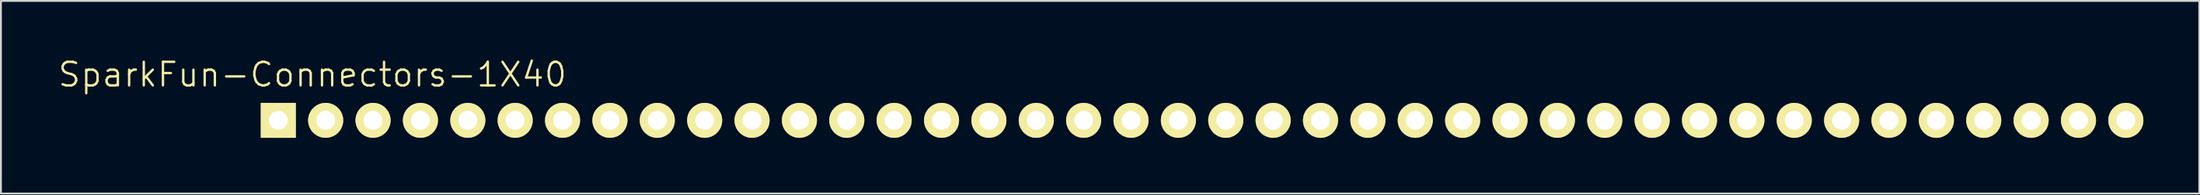
<source format=kicad_pcb>
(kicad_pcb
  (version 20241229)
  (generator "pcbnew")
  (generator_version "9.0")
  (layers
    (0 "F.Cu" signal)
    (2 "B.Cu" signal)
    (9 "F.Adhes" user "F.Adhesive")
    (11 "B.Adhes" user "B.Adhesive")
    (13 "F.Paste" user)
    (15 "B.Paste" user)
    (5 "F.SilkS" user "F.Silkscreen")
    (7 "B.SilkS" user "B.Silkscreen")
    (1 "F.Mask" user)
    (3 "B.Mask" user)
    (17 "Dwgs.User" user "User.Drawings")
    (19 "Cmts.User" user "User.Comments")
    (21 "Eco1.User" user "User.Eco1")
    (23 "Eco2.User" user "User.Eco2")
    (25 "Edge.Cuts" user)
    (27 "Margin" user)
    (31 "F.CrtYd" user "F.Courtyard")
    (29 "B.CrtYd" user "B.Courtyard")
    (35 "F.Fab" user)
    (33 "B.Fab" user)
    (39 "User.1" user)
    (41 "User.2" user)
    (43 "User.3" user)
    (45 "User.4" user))
  (footprint "SparkFun-Connectors-1X40"
    (layer "F.Cu")
    (at 61.402 3.43)
    (property "Reference" "SparkFun-Connectors-1X40" (at -47.701 -2.464 0) (layer "F.SilkS") (effects (font (size 1.27 1.27) (thickness 0.127))))
    (attr exclude_from_pos_files exclude_from_bom)
    (fp_line (start -49.784 -0.254) (end -49.276 -0.254) (stroke (width 0.066) (type solid)) (layer "F.SilkS"))
    (fp_line (start -49.784 0.254) (end -49.784 -0.254) (stroke (width 0.066) (type solid)) (layer "F.SilkS"))
    (fp_line (start -49.784 0.254) (end -49.276 0.254) (stroke (width 0.066) (type solid)) (layer "F.SilkS"))
    (fp_line (start -49.276 0.254) (end -49.276 -0.254) (stroke (width 0.066) (type solid)) (layer "F.SilkS"))
    (fp_line (start -47.244 -0.254) (end -46.736 -0.254) (stroke (width 0.066) (type solid)) (layer "F.SilkS"))
    (fp_line (start -47.244 0.254) (end -47.244 -0.254) (stroke (width 0.066) (type solid)) (layer "F.SilkS"))
    (fp_line (start -47.244 0.254) (end -46.736 0.254) (stroke (width 0.066) (type solid)) (layer "F.SilkS"))
    (fp_line (start -46.736 0.254) (end -46.736 -0.254) (stroke (width 0.066) (type solid)) (layer "F.SilkS"))
    (fp_line (start -44.704 -0.254) (end -44.196 -0.254) (stroke (width 0.066) (type solid)) (layer "F.SilkS"))
    (fp_line (start -44.704 0.254) (end -44.704 -0.254) (stroke (width 0.066) (type solid)) (layer "F.SilkS"))
    (fp_line (start -44.704 0.254) (end -44.196 0.254) (stroke (width 0.066) (type solid)) (layer "F.SilkS"))
    (fp_line (start -44.196 0.254) (end -44.196 -0.254) (stroke (width 0.066) (type solid)) (layer "F.SilkS"))
    (fp_line (start -42.164 -0.254) (end -41.656 -0.254) (stroke (width 0.066) (type solid)) (layer "F.SilkS"))
    (fp_line (start -42.164 0.254) (end -42.164 -0.254) (stroke (width 0.066) (type solid)) (layer "F.SilkS"))
    (fp_line (start -42.164 0.254) (end -41.656 0.254) (stroke (width 0.066) (type solid)) (layer "F.SilkS"))
    (fp_line (start -41.656 0.254) (end -41.656 -0.254) (stroke (width 0.066) (type solid)) (layer "F.SilkS"))
    (fp_line (start -39.624 -0.254) (end -39.116 -0.254) (stroke (width 0.066) (type solid)) (layer "F.SilkS"))
    (fp_line (start -39.624 0.254) (end -39.624 -0.254) (stroke (width 0.066) (type solid)) (layer "F.SilkS"))
    (fp_line (start -39.624 0.254) (end -39.116 0.254) (stroke (width 0.066) (type solid)) (layer "F.SilkS"))
    (fp_line (start -39.116 0.254) (end -39.116 -0.254) (stroke (width 0.066) (type solid)) (layer "F.SilkS"))
    (fp_line (start -37.084 -0.254) (end -36.576 -0.254) (stroke (width 0.066) (type solid)) (layer "F.SilkS"))
    (fp_line (start -37.084 0.254) (end -37.084 -0.254) (stroke (width 0.066) (type solid)) (layer "F.SilkS"))
    (fp_line (start -37.084 0.254) (end -36.576 0.254) (stroke (width 0.066) (type solid)) (layer "F.SilkS"))
    (fp_line (start -36.576 0.254) (end -36.576 -0.254) (stroke (width 0.066) (type solid)) (layer "F.SilkS"))
    (fp_line (start -34.544 -0.254) (end -34.036 -0.254) (stroke (width 0.066) (type solid)) (layer "F.SilkS"))
    (fp_line (start -34.544 0.254) (end -34.544 -0.254) (stroke (width 0.066) (type solid)) (layer "F.SilkS"))
    (fp_line (start -34.544 0.254) (end -34.036 0.254) (stroke (width 0.066) (type solid)) (layer "F.SilkS"))
    (fp_line (start -34.036 0.254) (end -34.036 -0.254) (stroke (width 0.066) (type solid)) (layer "F.SilkS"))
    (fp_line (start -32.004 -0.254) (end -31.496 -0.254) (stroke (width 0.066) (type solid)) (layer "F.SilkS"))
    (fp_line (start -32.004 0.254) (end -32.004 -0.254) (stroke (width 0.066) (type solid)) (layer "F.SilkS"))
    (fp_line (start -32.004 0.254) (end -31.496 0.254) (stroke (width 0.066) (type solid)) (layer "F.SilkS"))
    (fp_line (start -31.496 0.254) (end -31.496 -0.254) (stroke (width 0.066) (type solid)) (layer "F.SilkS"))
    (fp_line (start -29.464 -0.254) (end -28.953 -0.254) (stroke (width 0.066) (type solid)) (layer "F.SilkS"))
    (fp_line (start -29.464 0.254) (end -29.464 -0.254) (stroke (width 0.066) (type solid)) (layer "F.SilkS"))
    (fp_line (start -29.464 0.254) (end -28.953 0.254) (stroke (width 0.066) (type solid)) (layer "F.SilkS"))
    (fp_line (start -28.953 0.254) (end -28.953 -0.254) (stroke (width 0.066) (type solid)) (layer "F.SilkS"))
    (fp_line (start -26.924 -0.254) (end -26.416 -0.254) (stroke (width 0.066) (type solid)) (layer "F.SilkS"))
    (fp_line (start -26.924 0.254) (end -26.924 -0.254) (stroke (width 0.066) (type solid)) (layer "F.SilkS"))
    (fp_line (start -26.924 0.254) (end -26.416 0.254) (stroke (width 0.066) (type solid)) (layer "F.SilkS"))
    (fp_line (start -26.416 0.254) (end -26.416 -0.254) (stroke (width 0.066) (type solid)) (layer "F.SilkS"))
    (fp_line (start -24.384 -0.254) (end -23.876 -0.254) (stroke (width 0.066) (type solid)) (layer "F.SilkS"))
    (fp_line (start -24.384 0.254) (end -24.384 -0.254) (stroke (width 0.066) (type solid)) (layer "F.SilkS"))
    (fp_line (start -24.384 0.254) (end -23.876 0.254) (stroke (width 0.066) (type solid)) (layer "F.SilkS"))
    (fp_line (start -23.876 0.254) (end -23.876 -0.254) (stroke (width 0.066) (type solid)) (layer "F.SilkS"))
    (fp_line (start -21.844 -0.254) (end -21.336 -0.254) (stroke (width 0.066) (type solid)) (layer "F.SilkS"))
    (fp_line (start -21.844 0.254) (end -21.844 -0.254) (stroke (width 0.066) (type solid)) (layer "F.SilkS"))
    (fp_line (start -21.844 0.254) (end -21.336 0.254) (stroke (width 0.066) (type solid)) (layer "F.SilkS"))
    (fp_line (start -21.336 0.254) (end -21.336 -0.254) (stroke (width 0.066) (type solid)) (layer "F.SilkS"))
    (fp_line (start -19.304 -0.254) (end -18.796 -0.254) (stroke (width 0.066) (type solid)) (layer "F.SilkS"))
    (fp_line (start -19.304 0.254) (end -19.304 -0.254) (stroke (width 0.066) (type solid)) (layer "F.SilkS"))
    (fp_line (start -19.304 0.254) (end -18.796 0.254) (stroke (width 0.066) (type solid)) (layer "F.SilkS"))
    (fp_line (start -18.796 0.254) (end -18.796 -0.254) (stroke (width 0.066) (type solid)) (layer "F.SilkS"))
    (fp_line (start -16.764 -0.254) (end -16.256 -0.254) (stroke (width 0.066) (type solid)) (layer "F.SilkS"))
    (fp_line (start -16.764 0.254) (end -16.764 -0.254) (stroke (width 0.066) (type solid)) (layer "F.SilkS"))
    (fp_line (start -16.764 0.254) (end -16.256 0.254) (stroke (width 0.066) (type solid)) (layer "F.SilkS"))
    (fp_line (start -16.256 0.254) (end -16.256 -0.254) (stroke (width 0.066) (type solid)) (layer "F.SilkS"))
    (fp_line (start -14.224 -0.254) (end -13.716 -0.254) (stroke (width 0.066) (type solid)) (layer "F.SilkS"))
    (fp_line (start -14.224 0.254) (end -14.224 -0.254) (stroke (width 0.066) (type solid)) (layer "F.SilkS"))
    (fp_line (start -14.224 0.254) (end -13.716 0.254) (stroke (width 0.066) (type solid)) (layer "F.SilkS"))
    (fp_line (start -13.716 0.254) (end -13.716 -0.254) (stroke (width 0.066) (type solid)) (layer "F.SilkS"))
    (fp_line (start -11.684 -0.254) (end -11.176 -0.254) (stroke (width 0.066) (type solid)) (layer "F.SilkS"))
    (fp_line (start -11.684 0.254) (end -11.684 -0.254) (stroke (width 0.066) (type solid)) (layer "F.SilkS"))
    (fp_line (start -11.684 0.254) (end -11.176 0.254) (stroke (width 0.066) (type solid)) (layer "F.SilkS"))
    (fp_line (start -11.176 0.254) (end -11.176 -0.254) (stroke (width 0.066) (type solid)) (layer "F.SilkS"))
    (fp_line (start -9.144 -0.254) (end -8.636 -0.254) (stroke (width 0.066) (type solid)) (layer "F.SilkS"))
    (fp_line (start -9.144 0.254) (end -9.144 -0.254) (stroke (width 0.066) (type solid)) (layer "F.SilkS"))
    (fp_line (start -9.144 0.254) (end -8.636 0.254) (stroke (width 0.066) (type solid)) (layer "F.SilkS"))
    (fp_line (start -8.636 0.254) (end -8.636 -0.254) (stroke (width 0.066) (type solid)) (layer "F.SilkS"))
    (fp_line (start -6.604 -0.254) (end -6.096 -0.254) (stroke (width 0.066) (type solid)) (layer "F.SilkS"))
    (fp_line (start -6.604 0.254) (end -6.604 -0.254) (stroke (width 0.066) (type solid)) (layer "F.SilkS"))
    (fp_line (start -6.604 0.254) (end -6.096 0.254) (stroke (width 0.066) (type solid)) (layer "F.SilkS"))
    (fp_line (start -6.096 0.254) (end -6.096 -0.254) (stroke (width 0.066) (type solid)) (layer "F.SilkS"))
    (fp_line (start -4.064 -0.254) (end -3.556 -0.254) (stroke (width 0.066) (type solid)) (layer "F.SilkS"))
    (fp_line (start -4.064 0.254) (end -4.064 -0.254) (stroke (width 0.066) (type solid)) (layer "F.SilkS"))
    (fp_line (start -4.064 0.254) (end -3.556 0.254) (stroke (width 0.066) (type solid)) (layer "F.SilkS"))
    (fp_line (start -3.556 0.254) (end -3.556 -0.254) (stroke (width 0.066) (type solid)) (layer "F.SilkS"))
    (fp_line (start -1.524 -0.254) (end -1.016 -0.254) (stroke (width 0.066) (type solid)) (layer "F.SilkS"))
    (fp_line (start -1.524 0.254) (end -1.524 -0.254) (stroke (width 0.066) (type solid)) (layer "F.SilkS"))
    (fp_line (start -1.524 0.254) (end -1.016 0.254) (stroke (width 0.066) (type solid)) (layer "F.SilkS"))
    (fp_line (start -1.016 0.254) (end -1.016 -0.254) (stroke (width 0.066) (type solid)) (layer "F.SilkS"))
    (fp_line (start 1.016 -0.254) (end 1.524 -0.254) (stroke (width 0.066) (type solid)) (layer "F.SilkS"))
    (fp_line (start 1.016 0.254) (end 1.016 -0.254) (stroke (width 0.066) (type solid)) (layer "F.SilkS"))
    (fp_line (start 1.016 0.254) (end 1.524 0.254) (stroke (width 0.066) (type solid)) (layer "F.SilkS"))
    (fp_line (start 1.524 0.254) (end 1.524 -0.254) (stroke (width 0.066) (type solid)) (layer "F.SilkS"))
    (fp_line (start 3.556 -0.254) (end 4.064 -0.254) (stroke (width 0.066) (type solid)) (layer "F.SilkS"))
    (fp_line (start 3.556 0.254) (end 3.556 -0.254) (stroke (width 0.066) (type solid)) (layer "F.SilkS"))
    (fp_line (start 3.556 0.254) (end 4.064 0.254) (stroke (width 0.066) (type solid)) (layer "F.SilkS"))
    (fp_line (start 4.064 0.254) (end 4.064 -0.254) (stroke (width 0.066) (type solid)) (layer "F.SilkS"))
    (fp_line (start 6.096 -0.254) (end 6.604 -0.254) (stroke (width 0.066) (type solid)) (layer "F.SilkS"))
    (fp_line (start 6.096 0.254) (end 6.096 -0.254) (stroke (width 0.066) (type solid)) (layer "F.SilkS"))
    (fp_line (start 6.096 0.254) (end 6.604 0.254) (stroke (width 0.066) (type solid)) (layer "F.SilkS"))
    (fp_line (start 6.604 0.254) (end 6.604 -0.254) (stroke (width 0.066) (type solid)) (layer "F.SilkS"))
    (fp_line (start 8.636 -0.254) (end 9.144 -0.254) (stroke (width 0.066) (type solid)) (layer "F.SilkS"))
    (fp_line (start 8.636 0.254) (end 8.636 -0.254) (stroke (width 0.066) (type solid)) (layer "F.SilkS"))
    (fp_line (start 8.636 0.254) (end 9.144 0.254) (stroke (width 0.066) (type solid)) (layer "F.SilkS"))
    (fp_line (start 9.144 0.254) (end 9.144 -0.254) (stroke (width 0.066) (type solid)) (layer "F.SilkS"))
    (fp_line (start 11.176 -0.254) (end 11.684 -0.254) (stroke (width 0.066) (type solid)) (layer "F.SilkS"))
    (fp_line (start 11.176 0.254) (end 11.176 -0.254) (stroke (width 0.066) (type solid)) (layer "F.SilkS"))
    (fp_line (start 11.176 0.254) (end 11.684 0.254) (stroke (width 0.066) (type solid)) (layer "F.SilkS"))
    (fp_line (start 11.684 0.254) (end 11.684 -0.254) (stroke (width 0.066) (type solid)) (layer "F.SilkS"))
    (fp_line (start 13.716 -0.254) (end 14.224 -0.254) (stroke (width 0.066) (type solid)) (layer "F.SilkS"))
    (fp_line (start 13.716 0.254) (end 13.716 -0.254) (stroke (width 0.066) (type solid)) (layer "F.SilkS"))
    (fp_line (start 13.716 0.254) (end 14.224 0.254) (stroke (width 0.066) (type solid)) (layer "F.SilkS"))
    (fp_line (start 14.224 0.254) (end 14.224 -0.254) (stroke (width 0.066) (type solid)) (layer "F.SilkS"))
    (fp_line (start 16.256 -0.254) (end 16.764 -0.254) (stroke (width 0.066) (type solid)) (layer "F.SilkS"))
    (fp_line (start 16.256 0.254) (end 16.256 -0.254) (stroke (width 0.066) (type solid)) (layer "F.SilkS"))
    (fp_line (start 16.256 0.254) (end 16.764 0.254) (stroke (width 0.066) (type solid)) (layer "F.SilkS"))
    (fp_line (start 16.764 0.254) (end 16.764 -0.254) (stroke (width 0.066) (type solid)) (layer "F.SilkS"))
    (fp_line (start 18.796 -0.254) (end 19.304 -0.254) (stroke (width 0.066) (type solid)) (layer "F.SilkS"))
    (fp_line (start 18.796 0.254) (end 18.796 -0.254) (stroke (width 0.066) (type solid)) (layer "F.SilkS"))
    (fp_line (start 18.796 0.254) (end 19.304 0.254) (stroke (width 0.066) (type solid)) (layer "F.SilkS"))
    (fp_line (start 19.304 0.254) (end 19.304 -0.254) (stroke (width 0.066) (type solid)) (layer "F.SilkS"))
    (fp_line (start 21.336 -0.254) (end 21.844 -0.254) (stroke (width 0.066) (type solid)) (layer "F.SilkS"))
    (fp_line (start 21.336 0.254) (end 21.336 -0.254) (stroke (width 0.066) (type solid)) (layer "F.SilkS"))
    (fp_line (start 21.336 0.254) (end 21.844 0.254) (stroke (width 0.066) (type solid)) (layer "F.SilkS"))
    (fp_line (start 21.844 0.254) (end 21.844 -0.254) (stroke (width 0.066) (type solid)) (layer "F.SilkS"))
    (fp_line (start 23.876 -0.254) (end 24.384 -0.254) (stroke (width 0.066) (type solid)) (layer "F.SilkS"))
    (fp_line (start 23.876 0.254) (end 23.876 -0.254) (stroke (width 0.066) (type solid)) (layer "F.SilkS"))
    (fp_line (start 23.876 0.254) (end 24.384 0.254) (stroke (width 0.066) (type solid)) (layer "F.SilkS"))
    (fp_line (start 24.384 0.254) (end 24.384 -0.254) (stroke (width 0.066) (type solid)) (layer "F.SilkS"))
    (fp_line (start 26.416 -0.254) (end 26.924 -0.254) (stroke (width 0.066) (type solid)) (layer "F.SilkS"))
    (fp_line (start 26.416 0.254) (end 26.416 -0.254) (stroke (width 0.066) (type solid)) (layer "F.SilkS"))
    (fp_line (start 26.416 0.254) (end 26.924 0.254) (stroke (width 0.066) (type solid)) (layer "F.SilkS"))
    (fp_line (start 26.924 0.254) (end 26.924 -0.254) (stroke (width 0.066) (type solid)) (layer "F.SilkS"))
    (fp_line (start 28.953 -0.254) (end 29.464 -0.254) (stroke (width 0.066) (type solid)) (layer "F.SilkS"))
    (fp_line (start 28.953 0.254) (end 28.953 -0.254) (stroke (width 0.066) (type solid)) (layer "F.SilkS"))
    (fp_line (start 28.953 0.254) (end 29.464 0.254) (stroke (width 0.066) (type solid)) (layer "F.SilkS"))
    (fp_line (start 29.464 0.254) (end 29.464 -0.254) (stroke (width 0.066) (type solid)) (layer "F.SilkS"))
    (fp_line (start 31.496 -0.254) (end 32.004 -0.254) (stroke (width 0.066) (type solid)) (layer "F.SilkS"))
    (fp_line (start 31.496 0.254) (end 31.496 -0.254) (stroke (width 0.066) (type solid)) (layer "F.SilkS"))
    (fp_line (start 31.496 0.254) (end 32.004 0.254) (stroke (width 0.066) (type solid)) (layer "F.SilkS"))
    (fp_line (start 32.004 0.254) (end 32.004 -0.254) (stroke (width 0.066) (type solid)) (layer "F.SilkS"))
    (fp_line (start 34.036 -0.254) (end 34.544 -0.254) (stroke (width 0.066) (type solid)) (layer "F.SilkS"))
    (fp_line (start 34.036 0.254) (end 34.036 -0.254) (stroke (width 0.066) (type solid)) (layer "F.SilkS"))
    (fp_line (start 34.036 0.254) (end 34.544 0.254) (stroke (width 0.066) (type solid)) (layer "F.SilkS"))
    (fp_line (start 34.544 0.254) (end 34.544 -0.254) (stroke (width 0.066) (type solid)) (layer "F.SilkS"))
    (fp_line (start 36.576 -0.254) (end 37.084 -0.254) (stroke (width 0.066) (type solid)) (layer "F.SilkS"))
    (fp_line (start 36.576 0.254) (end 36.576 -0.254) (stroke (width 0.066) (type solid)) (layer "F.SilkS"))
    (fp_line (start 36.576 0.254) (end 37.084 0.254) (stroke (width 0.066) (type solid)) (layer "F.SilkS"))
    (fp_line (start 37.084 0.254) (end 37.084 -0.254) (stroke (width 0.066) (type solid)) (layer "F.SilkS"))
    (fp_line (start 39.116 -0.254) (end 39.624 -0.254) (stroke (width 0.066) (type solid)) (layer "F.SilkS"))
    (fp_line (start 39.116 0.254) (end 39.116 -0.254) (stroke (width 0.066) (type solid)) (layer "F.SilkS"))
    (fp_line (start 39.116 0.254) (end 39.624 0.254) (stroke (width 0.066) (type solid)) (layer "F.SilkS"))
    (fp_line (start 39.624 0.254) (end 39.624 -0.254) (stroke (width 0.066) (type solid)) (layer "F.SilkS"))
    (fp_line (start 41.656 -0.254) (end 42.164 -0.254) (stroke (width 0.066) (type solid)) (layer "F.SilkS"))
    (fp_line (start 41.656 0.254) (end 41.656 -0.254) (stroke (width 0.066) (type solid)) (layer "F.SilkS"))
    (fp_line (start 41.656 0.254) (end 42.164 0.254) (stroke (width 0.066) (type solid)) (layer "F.SilkS"))
    (fp_line (start 42.164 0.254) (end 42.164 -0.254) (stroke (width 0.066) (type solid)) (layer "F.SilkS"))
    (fp_line (start 44.196 -0.254) (end 44.704 -0.254) (stroke (width 0.066) (type solid)) (layer "F.SilkS"))
    (fp_line (start 44.196 0.254) (end 44.196 -0.254) (stroke (width 0.066) (type solid)) (layer "F.SilkS"))
    (fp_line (start 44.196 0.254) (end 44.704 0.254) (stroke (width 0.066) (type solid)) (layer "F.SilkS"))
    (fp_line (start 44.704 0.254) (end 44.704 -0.254) (stroke (width 0.066) (type solid)) (layer "F.SilkS"))
    (fp_line (start 46.736 -0.254) (end 47.244 -0.254) (stroke (width 0.066) (type solid)) (layer "F.SilkS"))
    (fp_line (start 46.736 0.254) (end 46.736 -0.254) (stroke (width 0.066) (type solid)) (layer "F.SilkS"))
    (fp_line (start 46.736 0.254) (end 47.244 0.254) (stroke (width 0.066) (type solid)) (layer "F.SilkS"))
    (fp_line (start 47.244 0.254) (end 47.244 -0.254) (stroke (width 0.066) (type solid)) (layer "F.SilkS"))
    (fp_line (start 49.276 -0.254) (end 49.784 -0.254) (stroke (width 0.066) (type solid)) (layer "F.SilkS"))
    (fp_line (start 49.276 0.254) (end 49.276 -0.254) (stroke (width 0.066) (type solid)) (layer "F.SilkS"))
    (fp_line (start 49.276 0.254) (end 49.784 0.254) (stroke (width 0.066) (type solid)) (layer "F.SilkS"))
    (fp_line (start 49.784 0.254) (end 49.784 -0.254) (stroke (width 0.066) (type solid)) (layer "F.SilkS"))
    (pad "1" thru_hole rect (at -49.53 0) (size 1.88 1.88) (drill 1.016) (layers "*.Cu" "F.Mask" "F.SilkS" "F.Paste"))
    (pad "2" thru_hole circle (at -46.99 0) (size 1.88 1.88) (drill 1.016) (layers "*.Cu" "F.Mask" "F.SilkS" "F.Paste"))
    (pad "3" thru_hole circle (at -44.45 0) (size 1.88 1.88) (drill 1.016) (layers "*.Cu" "F.Mask" "F.SilkS" "F.Paste"))
    (pad "4" thru_hole circle (at -41.91 0) (size 1.88 1.88) (drill 1.016) (layers "*.Cu" "F.Mask" "F.SilkS" "F.Paste"))
    (pad "5" thru_hole circle (at -39.37 0) (size 1.88 1.88) (drill 1.016) (layers "*.Cu" "F.Mask" "F.SilkS" "F.Paste"))
    (pad "6" thru_hole circle (at -36.83 0) (size 1.88 1.88) (drill 1.016) (layers "*.Cu" "F.Mask" "F.SilkS" "F.Paste"))
    (pad "7" thru_hole circle (at -34.29 0) (size 1.88 1.88) (drill 1.016) (layers "*.Cu" "F.Mask" "F.SilkS" "F.Paste"))
    (pad "8" thru_hole circle (at -31.75 0) (size 1.88 1.88) (drill 1.016) (layers "*.Cu" "F.Mask" "F.SilkS" "F.Paste"))
    (pad "9" thru_hole circle (at -29.21 0) (size 1.88 1.88) (drill 1.016) (layers "*.Cu" "F.Mask" "F.SilkS" "F.Paste"))
    (pad "10" thru_hole circle (at -26.67 0) (size 1.88 1.88) (drill 1.016) (layers "*.Cu" "F.Mask" "F.SilkS" "F.Paste"))
    (pad "11" thru_hole circle (at -24.13 0) (size 1.88 1.88) (drill 1.016) (layers "*.Cu" "F.Mask" "F.SilkS" "F.Paste"))
    (pad "12" thru_hole circle (at -21.59 0) (size 1.88 1.88) (drill 1.016) (layers "*.Cu" "F.Mask" "F.SilkS" "F.Paste"))
    (pad "13" thru_hole circle (at -19.05 0) (size 1.88 1.88) (drill 1.016) (layers "*.Cu" "F.Mask" "F.SilkS" "F.Paste"))
    (pad "14" thru_hole circle (at -16.51 0) (size 1.88 1.88) (drill 1.016) (layers "*.Cu" "F.Mask" "F.SilkS" "F.Paste"))
    (pad "15" thru_hole circle (at -13.97 0) (size 1.88 1.88) (drill 1.016) (layers "*.Cu" "F.Mask" "F.SilkS" "F.Paste"))
    (pad "16" thru_hole circle (at -11.43 0) (size 1.88 1.88) (drill 1.016) (layers "*.Cu" "F.Mask" "F.SilkS" "F.Paste"))
    (pad "17" thru_hole circle (at -8.89 0) (size 1.88 1.88) (drill 1.016) (layers "*.Cu" "F.Mask" "F.SilkS" "F.Paste"))
    (pad "18" thru_hole circle (at -6.35 0) (size 1.88 1.88) (drill 1.016) (layers "*.Cu" "F.Mask" "F.SilkS" "F.Paste"))
    (pad "19" thru_hole circle (at -3.81 0) (size 1.88 1.88) (drill 1.016) (layers "*.Cu" "F.Mask" "F.SilkS" "F.Paste"))
    (pad "20" thru_hole circle (at -1.27 0) (size 1.88 1.88) (drill 1.016) (layers "*.Cu" "F.Mask" "F.SilkS" "F.Paste"))
    (pad "21" thru_hole circle (at 1.27 0) (size 1.88 1.88) (drill 1.016) (layers "*.Cu" "F.Mask" "F.SilkS" "F.Paste"))
    (pad "22" thru_hole circle (at 3.81 0) (size 1.88 1.88) (drill 1.016) (layers "*.Cu" "F.Mask" "F.SilkS" "F.Paste"))
    (pad "23" thru_hole circle (at 6.35 0) (size 1.88 1.88) (drill 1.016) (layers "*.Cu" "F.Mask" "F.SilkS" "F.Paste"))
    (pad "24" thru_hole circle (at 8.89 0) (size 1.88 1.88) (drill 1.016) (layers "*.Cu" "F.Mask" "F.SilkS" "F.Paste"))
    (pad "25" thru_hole circle (at 11.43 0) (size 1.88 1.88) (drill 1.016) (layers "*.Cu" "F.Mask" "F.SilkS" "F.Paste"))
    (pad "26" thru_hole circle (at 13.97 0) (size 1.88 1.88) (drill 1.016) (layers "*.Cu" "F.Mask" "F.SilkS" "F.Paste"))
    (pad "27" thru_hole circle (at 16.51 0) (size 1.88 1.88) (drill 1.016) (layers "*.Cu" "F.Mask" "F.SilkS" "F.Paste"))
    (pad "28" thru_hole circle (at 19.05 0) (size 1.88 1.88) (drill 1.016) (layers "*.Cu" "F.Mask" "F.SilkS" "F.Paste"))
    (pad "29" thru_hole circle (at 21.59 0) (size 1.88 1.88) (drill 1.016) (layers "*.Cu" "F.Mask" "F.SilkS" "F.Paste"))
    (pad "30" thru_hole circle (at 24.13 0) (size 1.88 1.88) (drill 1.016) (layers "*.Cu" "F.Mask" "F.SilkS" "F.Paste"))
    (pad "31" thru_hole circle (at 26.67 0) (size 1.88 1.88) (drill 1.016) (layers "*.Cu" "F.Mask" "F.SilkS" "F.Paste"))
    (pad "32" thru_hole circle (at 29.21 0) (size 1.88 1.88) (drill 1.016) (layers "*.Cu" "F.Mask" "F.SilkS" "F.Paste"))
    (pad "33" thru_hole circle (at 31.75 0) (size 1.88 1.88) (drill 1.016) (layers "*.Cu" "F.Mask" "F.SilkS" "F.Paste"))
    (pad "34" thru_hole circle (at 34.29 0) (size 1.88 1.88) (drill 1.016) (layers "*.Cu" "F.Mask" "F.SilkS" "F.Paste"))
    (pad "35" thru_hole circle (at 36.83 0) (size 1.88 1.88) (drill 1.016) (layers "*.Cu" "F.Mask" "F.SilkS" "F.Paste"))
    (pad "36" thru_hole circle (at 39.37 0) (size 1.88 1.88) (drill 1.016) (layers "*.Cu" "F.Mask" "F.SilkS" "F.Paste"))
    (pad "37" thru_hole circle (at 41.91 0) (size 1.88 1.88) (drill 1.016) (layers "*.Cu" "F.Mask" "F.SilkS" "F.Paste"))
    (pad "38" thru_hole circle (at 44.45 0) (size 1.88 1.88) (drill 1.016) (layers "*.Cu" "F.Mask" "F.SilkS" "F.Paste"))
    (pad "39" thru_hole circle (at 46.99 0) (size 1.88 1.88) (drill 1.016) (layers "*.Cu" "F.Mask" "F.SilkS" "F.Paste"))
    (pad "40" thru_hole circle (at 49.53 0) (size 1.88 1.88) (drill 1.016) (layers "*.Cu" "F.Mask" "F.SilkS" "F.Paste")))
  (gr_rect
    (start -3 -3)
    (end 114.872 7.369)
    (stroke (width 0.1) (type default))
    (fill no)
    (layer "Edge.Cuts")))
</source>
